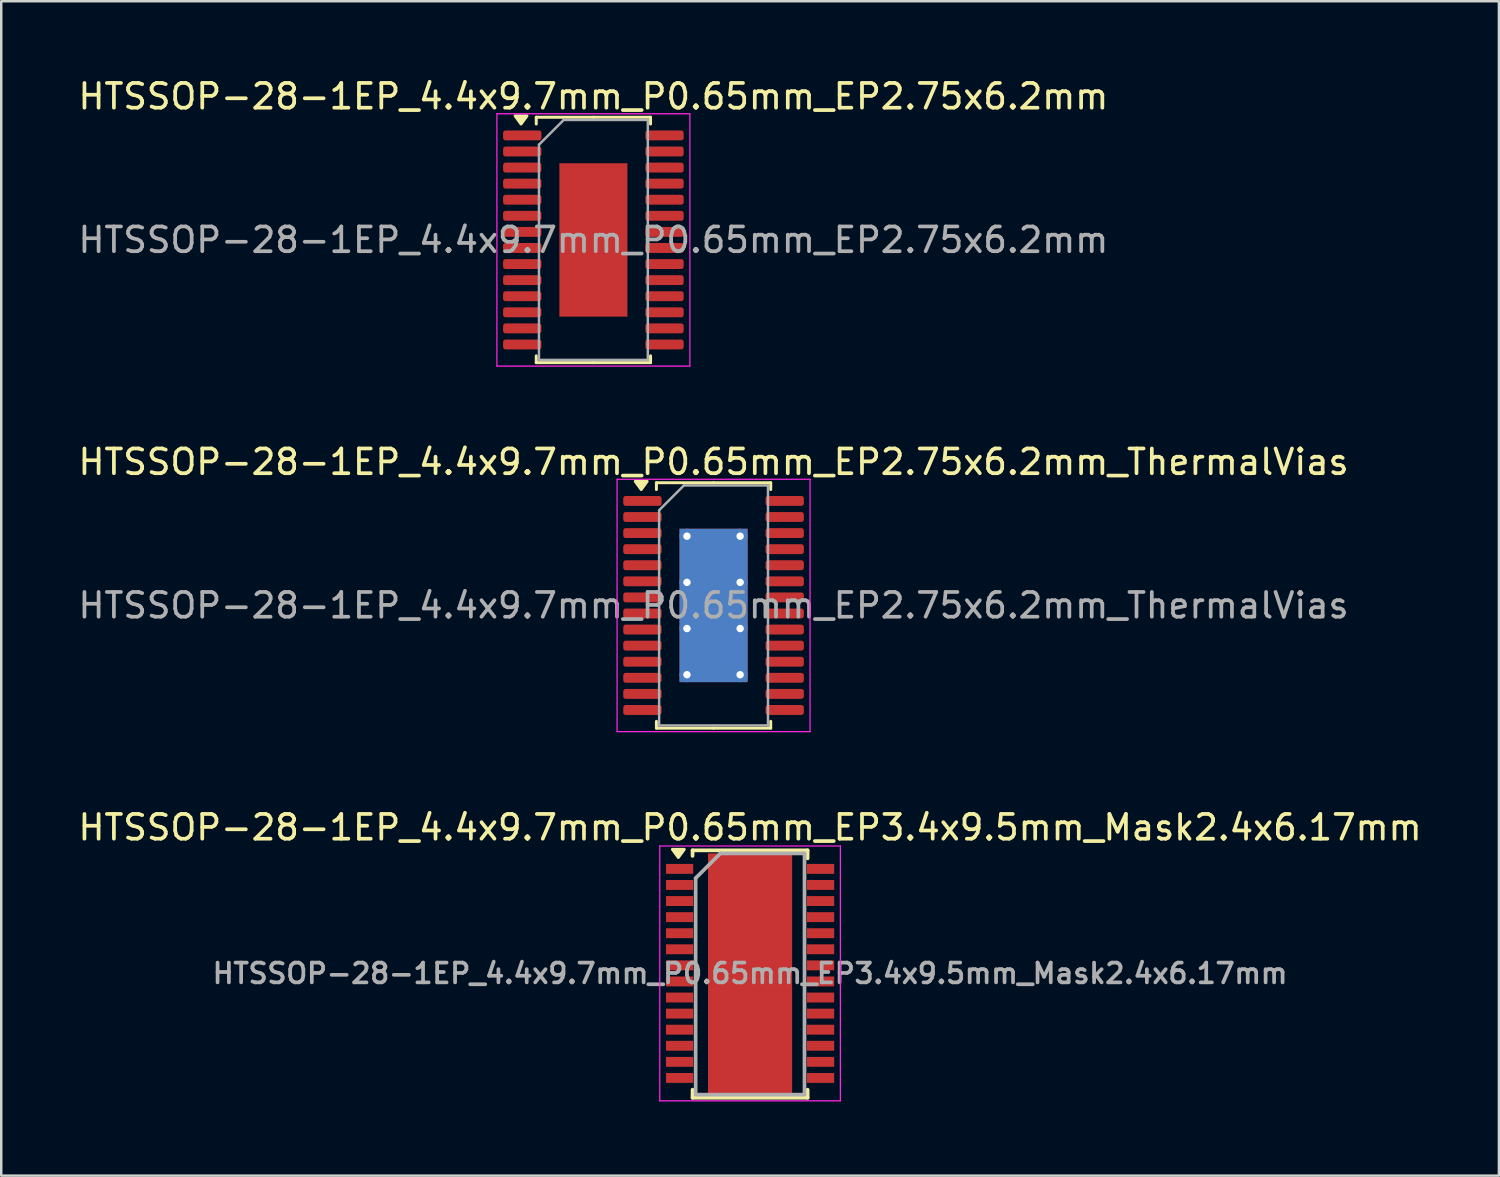
<source format=kicad_pcb>
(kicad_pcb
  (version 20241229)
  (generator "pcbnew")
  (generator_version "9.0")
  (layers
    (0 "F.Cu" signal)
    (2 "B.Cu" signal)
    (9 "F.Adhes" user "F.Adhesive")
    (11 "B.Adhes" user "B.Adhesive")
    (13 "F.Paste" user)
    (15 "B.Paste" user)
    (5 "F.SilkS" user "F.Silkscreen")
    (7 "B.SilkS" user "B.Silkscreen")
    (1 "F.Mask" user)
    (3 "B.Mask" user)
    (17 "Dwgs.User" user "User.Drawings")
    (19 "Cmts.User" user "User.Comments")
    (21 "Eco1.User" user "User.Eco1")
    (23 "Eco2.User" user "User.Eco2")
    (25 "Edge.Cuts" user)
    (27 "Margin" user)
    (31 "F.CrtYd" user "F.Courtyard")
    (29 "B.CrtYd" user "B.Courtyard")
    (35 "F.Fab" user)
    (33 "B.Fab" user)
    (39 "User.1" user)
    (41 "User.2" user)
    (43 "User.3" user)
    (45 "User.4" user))
  (footprint "HTSSOP-28-1EP_4.4x9.7mm_P0.65mm_EP2.75x6.2mm_ThermalVias"
    (layer "F.Cu")
    (at 25.792 21.422)
    (property "Reference" "HTSSOP-28-1EP_4.4x9.7mm_P0.65mm_EP2.75x6.2mm_ThermalVias" (at 0 -5.8 0) (layer "F.SilkS") (effects (font (size 1 1) (thickness 0.15))))
    (attr smd)
    (fp_line (start -2.31 -4.96) (end -2.31 -4.685) (stroke (width 0.12) (type solid)) (layer "F.SilkS"))
    (fp_line (start -2.31 4.96) (end -2.31 4.685) (stroke (width 0.12) (type solid)) (layer "F.SilkS"))
    (fp_line (start 0 -4.96) (end -2.31 -4.96) (stroke (width 0.12) (type solid)) (layer "F.SilkS"))
    (fp_line (start 0 -4.96) (end 2.31 -4.96) (stroke (width 0.12) (type solid)) (layer "F.SilkS"))
    (fp_line (start 0 4.96) (end -2.31 4.96) (stroke (width 0.12) (type solid)) (layer "F.SilkS"))
    (fp_line (start 0 4.96) (end 2.31 4.96) (stroke (width 0.12) (type solid)) (layer "F.SilkS"))
    (fp_line (start 2.31 -4.96) (end 2.31 -4.685) (stroke (width 0.12) (type solid)) (layer "F.SilkS"))
    (fp_line (start 2.31 4.96) (end 2.31 4.685) (stroke (width 0.12) (type solid)) (layer "F.SilkS"))
    (fp_poly (pts (xy -2.925 -4.685) (xy -3.165 -5.015) (xy -2.685 -5.015) (xy -2.925 -4.685)) (stroke (width 0.12) (type solid)) (fill yes) (layer "F.SilkS"))
    (fp_line (start -3.9 -5.1) (end -3.9 5.1) (stroke (width 0.05) (type solid)) (layer "F.CrtYd"))
    (fp_line (start -3.9 5.1) (end 3.9 5.1) (stroke (width 0.05) (type solid)) (layer "F.CrtYd"))
    (fp_line (start 3.9 -5.1) (end -3.9 -5.1) (stroke (width 0.05) (type solid)) (layer "F.CrtYd"))
    (fp_line (start 3.9 5.1) (end 3.9 -5.1) (stroke (width 0.05) (type solid)) (layer "F.CrtYd"))
    (fp_line (start -2.2 -3.85) (end -1.2 -4.85) (stroke (width 0.1) (type solid)) (layer "F.Fab"))
    (fp_line (start -2.2 4.85) (end -2.2 -3.85) (stroke (width 0.1) (type solid)) (layer "F.Fab"))
    (fp_line (start -1.2 -4.85) (end 2.2 -4.85) (stroke (width 0.1) (type solid)) (layer "F.Fab"))
    (fp_line (start 2.2 -4.85) (end 2.2 4.85) (stroke (width 0.1) (type solid)) (layer "F.Fab"))
    (fp_line (start 2.2 4.85) (end -2.2 4.85) (stroke (width 0.1) (type solid)) (layer "F.Fab"))
    (fp_text user "${REFERENCE}" (at 0 0 0) (layer "F.Fab") (effects (font (size 1 1) (thickness 0.15))))
    (pad "" smd roundrect (at 0 -2.07) (size 2.22 1.67) (layers "F.Paste") (roundrect_rratio 0.15))
    (pad "" smd roundrect (at 0 0) (size 2.22 1.67) (layers "F.Paste") (roundrect_rratio 0.15))
    (pad "" smd roundrect (at 0 2.07) (size 2.22 1.67) (layers "F.Paste") (roundrect_rratio 0.15))
    (pad "1" smd roundrect (at -2.875 -4.225) (size 1.55 0.4) (layers "F.Cu" "F.Mask" "F.Paste") (roundrect_rratio 0.25))
    (pad "2" smd roundrect (at -2.875 -3.575) (size 1.55 0.4) (layers "F.Cu" "F.Mask" "F.Paste") (roundrect_rratio 0.25))
    (pad "3" smd roundrect (at -2.875 -2.925) (size 1.55 0.4) (layers "F.Cu" "F.Mask" "F.Paste") (roundrect_rratio 0.25))
    (pad "4" smd roundrect (at -2.875 -2.275) (size 1.55 0.4) (layers "F.Cu" "F.Mask" "F.Paste") (roundrect_rratio 0.25))
    (pad "5" smd roundrect (at -2.875 -1.625) (size 1.55 0.4) (layers "F.Cu" "F.Mask" "F.Paste") (roundrect_rratio 0.25))
    (pad "6" smd roundrect (at -2.875 -0.975) (size 1.55 0.4) (layers "F.Cu" "F.Mask" "F.Paste") (roundrect_rratio 0.25))
    (pad "7" smd roundrect (at -2.875 -0.325) (size 1.55 0.4) (layers "F.Cu" "F.Mask" "F.Paste") (roundrect_rratio 0.25))
    (pad "8" smd roundrect (at -2.875 0.325) (size 1.55 0.4) (layers "F.Cu" "F.Mask" "F.Paste") (roundrect_rratio 0.25))
    (pad "9" smd roundrect (at -2.875 0.975) (size 1.55 0.4) (layers "F.Cu" "F.Mask" "F.Paste") (roundrect_rratio 0.25))
    (pad "10" smd roundrect (at -2.875 1.625) (size 1.55 0.4) (layers "F.Cu" "F.Mask" "F.Paste") (roundrect_rratio 0.25))
    (pad "11" smd roundrect (at -2.875 2.275) (size 1.55 0.4) (layers "F.Cu" "F.Mask" "F.Paste") (roundrect_rratio 0.25))
    (pad "12" smd roundrect (at -2.875 2.925) (size 1.55 0.4) (layers "F.Cu" "F.Mask" "F.Paste") (roundrect_rratio 0.25))
    (pad "13" smd roundrect (at -2.875 3.575) (size 1.55 0.4) (layers "F.Cu" "F.Mask" "F.Paste") (roundrect_rratio 0.25))
    (pad "14" smd roundrect (at -2.875 4.225) (size 1.55 0.4) (layers "F.Cu" "F.Mask" "F.Paste") (roundrect_rratio 0.25))
    (pad "15" smd roundrect (at 2.875 4.225) (size 1.55 0.4) (layers "F.Cu" "F.Mask" "F.Paste") (roundrect_rratio 0.25))
    (pad "16" smd roundrect (at 2.875 3.575) (size 1.55 0.4) (layers "F.Cu" "F.Mask" "F.Paste") (roundrect_rratio 0.25))
    (pad "17" smd roundrect (at 2.875 2.925) (size 1.55 0.4) (layers "F.Cu" "F.Mask" "F.Paste") (roundrect_rratio 0.25))
    (pad "18" smd roundrect (at 2.875 2.275) (size 1.55 0.4) (layers "F.Cu" "F.Mask" "F.Paste") (roundrect_rratio 0.25))
    (pad "19" smd roundrect (at 2.875 1.625) (size 1.55 0.4) (layers "F.Cu" "F.Mask" "F.Paste") (roundrect_rratio 0.25))
    (pad "20" smd roundrect (at 2.875 0.975) (size 1.55 0.4) (layers "F.Cu" "F.Mask" "F.Paste") (roundrect_rratio 0.25))
    (pad "21" smd roundrect (at 2.875 0.325) (size 1.55 0.4) (layers "F.Cu" "F.Mask" "F.Paste") (roundrect_rratio 0.25))
    (pad "22" smd roundrect (at 2.875 -0.325) (size 1.55 0.4) (layers "F.Cu" "F.Mask" "F.Paste") (roundrect_rratio 0.25))
    (pad "23" smd roundrect (at 2.875 -0.975) (size 1.55 0.4) (layers "F.Cu" "F.Mask" "F.Paste") (roundrect_rratio 0.25))
    (pad "24" smd roundrect (at 2.875 -1.625) (size 1.55 0.4) (layers "F.Cu" "F.Mask" "F.Paste") (roundrect_rratio 0.25))
    (pad "25" smd roundrect (at 2.875 -2.275) (size 1.55 0.4) (layers "F.Cu" "F.Mask" "F.Paste") (roundrect_rratio 0.25))
    (pad "26" smd roundrect (at 2.875 -2.925) (size 1.55 0.4) (layers "F.Cu" "F.Mask" "F.Paste") (roundrect_rratio 0.25))
    (pad "27" smd roundrect (at 2.875 -3.575) (size 1.55 0.4) (layers "F.Cu" "F.Mask" "F.Paste") (roundrect_rratio 0.25))
    (pad "28" smd roundrect (at 2.875 -4.225) (size 1.55 0.4) (layers "F.Cu" "F.Mask" "F.Paste") (roundrect_rratio 0.25))
    (pad "29" thru_hole circle (at -1.075 -2.8) (size 0.6 0.6) (drill 0.3) (property pad_prop_heatsink) (layers "*.Cu"))
    (pad "29" thru_hole circle (at -1.075 -0.933) (size 0.6 0.6) (drill 0.3) (property pad_prop_heatsink) (layers "*.Cu"))
    (pad "29" thru_hole circle (at -1.075 0.933) (size 0.6 0.6) (drill 0.3) (property pad_prop_heatsink) (layers "*.Cu"))
    (pad "29" thru_hole circle (at -1.075 2.8) (size 0.6 0.6) (drill 0.3) (property pad_prop_heatsink) (layers "*.Cu"))
    (pad "29" smd rect (at 0 0) (size 2.75 6.2) (property pad_prop_heatsink) (layers "F.Cu" "F.Mask"))
    (pad "29" smd rect (at 0 0) (size 2.75 6.2) (property pad_prop_heatsink) (layers "B.Cu"))
    (pad "29" thru_hole circle (at 1.075 -2.8) (size 0.6 0.6) (drill 0.3) (property pad_prop_heatsink) (layers "*.Cu"))
    (pad "29" thru_hole circle (at 1.075 -0.933) (size 0.6 0.6) (drill 0.3) (property pad_prop_heatsink) (layers "*.Cu"))
    (pad "29" thru_hole circle (at 1.075 0.933) (size 0.6 0.6) (drill 0.3) (property pad_prop_heatsink) (layers "*.Cu"))
    (pad "29" thru_hole circle (at 1.075 2.8) (size 0.6 0.6) (drill 0.3) (property pad_prop_heatsink) (layers "*.Cu")))
  (footprint "HTSSOP-28-1EP_4.4x9.7mm_P0.65mm_EP2.75x6.2mm"
    (layer "F.Cu")
    (at 20.935 6.648)
    (property "Reference" "HTSSOP-28-1EP_4.4x9.7mm_P0.65mm_EP2.75x6.2mm" (at 0 -5.8 0) (layer "F.SilkS") (effects (font (size 1 1) (thickness 0.15))))
    (attr smd)
    (fp_line (start -2.31 -4.96) (end -2.31 -4.685) (stroke (width 0.12) (type solid)) (layer "F.SilkS"))
    (fp_line (start -2.31 4.96) (end -2.31 4.685) (stroke (width 0.12) (type solid)) (layer "F.SilkS"))
    (fp_line (start 0 -4.96) (end -2.31 -4.96) (stroke (width 0.12) (type solid)) (layer "F.SilkS"))
    (fp_line (start 0 -4.96) (end 2.31 -4.96) (stroke (width 0.12) (type solid)) (layer "F.SilkS"))
    (fp_line (start 0 4.96) (end -2.31 4.96) (stroke (width 0.12) (type solid)) (layer "F.SilkS"))
    (fp_line (start 0 4.96) (end 2.31 4.96) (stroke (width 0.12) (type solid)) (layer "F.SilkS"))
    (fp_line (start 2.31 -4.96) (end 2.31 -4.685) (stroke (width 0.12) (type solid)) (layer "F.SilkS"))
    (fp_line (start 2.31 4.96) (end 2.31 4.685) (stroke (width 0.12) (type solid)) (layer "F.SilkS"))
    (fp_poly (pts (xy -2.925 -4.685) (xy -3.165 -5.015) (xy -2.685 -5.015) (xy -2.925 -4.685)) (stroke (width 0.12) (type solid)) (fill yes) (layer "F.SilkS"))
    (fp_line (start -3.9 -5.1) (end -3.9 5.1) (stroke (width 0.05) (type solid)) (layer "F.CrtYd"))
    (fp_line (start -3.9 5.1) (end 3.9 5.1) (stroke (width 0.05) (type solid)) (layer "F.CrtYd"))
    (fp_line (start 3.9 -5.1) (end -3.9 -5.1) (stroke (width 0.05) (type solid)) (layer "F.CrtYd"))
    (fp_line (start 3.9 5.1) (end 3.9 -5.1) (stroke (width 0.05) (type solid)) (layer "F.CrtYd"))
    (fp_line (start -2.2 -3.85) (end -1.2 -4.85) (stroke (width 0.1) (type solid)) (layer "F.Fab"))
    (fp_line (start -2.2 4.85) (end -2.2 -3.85) (stroke (width 0.1) (type solid)) (layer "F.Fab"))
    (fp_line (start -1.2 -4.85) (end 2.2 -4.85) (stroke (width 0.1) (type solid)) (layer "F.Fab"))
    (fp_line (start 2.2 -4.85) (end 2.2 4.85) (stroke (width 0.1) (type solid)) (layer "F.Fab"))
    (fp_line (start 2.2 4.85) (end -2.2 4.85) (stroke (width 0.1) (type solid)) (layer "F.Fab"))
    (fp_text user "${REFERENCE}" (at 0 0 0) (layer "F.Fab") (effects (font (size 1 1) (thickness 0.15))))
    (pad "" smd roundrect (at 0 0) (size 2.22 5) (layers "F.Paste") (roundrect_rratio 0.113))
    (pad "1" smd roundrect (at -2.875 -4.225) (size 1.55 0.4) (layers "F.Cu" "F.Mask" "F.Paste") (roundrect_rratio 0.25))
    (pad "2" smd roundrect (at -2.875 -3.575) (size 1.55 0.4) (layers "F.Cu" "F.Mask" "F.Paste") (roundrect_rratio 0.25))
    (pad "3" smd roundrect (at -2.875 -2.925) (size 1.55 0.4) (layers "F.Cu" "F.Mask" "F.Paste") (roundrect_rratio 0.25))
    (pad "4" smd roundrect (at -2.875 -2.275) (size 1.55 0.4) (layers "F.Cu" "F.Mask" "F.Paste") (roundrect_rratio 0.25))
    (pad "5" smd roundrect (at -2.875 -1.625) (size 1.55 0.4) (layers "F.Cu" "F.Mask" "F.Paste") (roundrect_rratio 0.25))
    (pad "6" smd roundrect (at -2.875 -0.975) (size 1.55 0.4) (layers "F.Cu" "F.Mask" "F.Paste") (roundrect_rratio 0.25))
    (pad "7" smd roundrect (at -2.875 -0.325) (size 1.55 0.4) (layers "F.Cu" "F.Mask" "F.Paste") (roundrect_rratio 0.25))
    (pad "8" smd roundrect (at -2.875 0.325) (size 1.55 0.4) (layers "F.Cu" "F.Mask" "F.Paste") (roundrect_rratio 0.25))
    (pad "9" smd roundrect (at -2.875 0.975) (size 1.55 0.4) (layers "F.Cu" "F.Mask" "F.Paste") (roundrect_rratio 0.25))
    (pad "10" smd roundrect (at -2.875 1.625) (size 1.55 0.4) (layers "F.Cu" "F.Mask" "F.Paste") (roundrect_rratio 0.25))
    (pad "11" smd roundrect (at -2.875 2.275) (size 1.55 0.4) (layers "F.Cu" "F.Mask" "F.Paste") (roundrect_rratio 0.25))
    (pad "12" smd roundrect (at -2.875 2.925) (size 1.55 0.4) (layers "F.Cu" "F.Mask" "F.Paste") (roundrect_rratio 0.25))
    (pad "13" smd roundrect (at -2.875 3.575) (size 1.55 0.4) (layers "F.Cu" "F.Mask" "F.Paste") (roundrect_rratio 0.25))
    (pad "14" smd roundrect (at -2.875 4.225) (size 1.55 0.4) (layers "F.Cu" "F.Mask" "F.Paste") (roundrect_rratio 0.25))
    (pad "15" smd roundrect (at 2.875 4.225) (size 1.55 0.4) (layers "F.Cu" "F.Mask" "F.Paste") (roundrect_rratio 0.25))
    (pad "16" smd roundrect (at 2.875 3.575) (size 1.55 0.4) (layers "F.Cu" "F.Mask" "F.Paste") (roundrect_rratio 0.25))
    (pad "17" smd roundrect (at 2.875 2.925) (size 1.55 0.4) (layers "F.Cu" "F.Mask" "F.Paste") (roundrect_rratio 0.25))
    (pad "18" smd roundrect (at 2.875 2.275) (size 1.55 0.4) (layers "F.Cu" "F.Mask" "F.Paste") (roundrect_rratio 0.25))
    (pad "19" smd roundrect (at 2.875 1.625) (size 1.55 0.4) (layers "F.Cu" "F.Mask" "F.Paste") (roundrect_rratio 0.25))
    (pad "20" smd roundrect (at 2.875 0.975) (size 1.55 0.4) (layers "F.Cu" "F.Mask" "F.Paste") (roundrect_rratio 0.25))
    (pad "21" smd roundrect (at 2.875 0.325) (size 1.55 0.4) (layers "F.Cu" "F.Mask" "F.Paste") (roundrect_rratio 0.25))
    (pad "22" smd roundrect (at 2.875 -0.325) (size 1.55 0.4) (layers "F.Cu" "F.Mask" "F.Paste") (roundrect_rratio 0.25))
    (pad "23" smd roundrect (at 2.875 -0.975) (size 1.55 0.4) (layers "F.Cu" "F.Mask" "F.Paste") (roundrect_rratio 0.25))
    (pad "24" smd roundrect (at 2.875 -1.625) (size 1.55 0.4) (layers "F.Cu" "F.Mask" "F.Paste") (roundrect_rratio 0.25))
    (pad "25" smd roundrect (at 2.875 -2.275) (size 1.55 0.4) (layers "F.Cu" "F.Mask" "F.Paste") (roundrect_rratio 0.25))
    (pad "26" smd roundrect (at 2.875 -2.925) (size 1.55 0.4) (layers "F.Cu" "F.Mask" "F.Paste") (roundrect_rratio 0.25))
    (pad "27" smd roundrect (at 2.875 -3.575) (size 1.55 0.4) (layers "F.Cu" "F.Mask" "F.Paste") (roundrect_rratio 0.25))
    (pad "28" smd roundrect (at 2.875 -4.225) (size 1.55 0.4) (layers "F.Cu" "F.Mask" "F.Paste") (roundrect_rratio 0.25))
    (pad "29" smd rect (at 0 0) (size 2.75 6.2) (property pad_prop_heatsink) (layers "F.Cu" "F.Mask")))
  (footprint "HTSSOP-28-1EP_4.4x9.7mm_P0.65mm_EP3.4x9.5mm_Mask2.4x6.17mm"
    (layer "F.Cu")
    (at 27.268 36.295)
    (property "Reference" "HTSSOP-28-1EP_4.4x9.7mm_P0.65mm_EP3.4x9.5mm_Mask2.4x6.17mm" (at 0 -5.9 0) (layer "F.SilkS") (effects (font (size 1 1) (thickness 0.15))))
    (attr smd)
    (fp_line (start -2.325 -4.975) (end -2.325 -4.75) (stroke (width 0.15) (type solid)) (layer "F.SilkS"))
    (fp_line (start -2.325 -4.975) (end 2.325 -4.975) (stroke (width 0.15) (type solid)) (layer "F.SilkS"))
    (fp_line (start -2.325 5.026) (end -2.325 4.701) (stroke (width 0.15) (type solid)) (layer "F.SilkS"))
    (fp_line (start -2.325 5.026) (end 2.325 5.026) (stroke (width 0.15) (type solid)) (layer "F.SilkS"))
    (fp_line (start 2.325 -4.975) (end 2.325 -4.65) (stroke (width 0.15) (type solid)) (layer "F.SilkS"))
    (fp_line (start 2.325 5.026) (end 2.325 4.701) (stroke (width 0.15) (type solid)) (layer "F.SilkS"))
    (fp_poly (pts (xy -2.9 -4.685) (xy -3.14 -5.015) (xy -2.66 -5.015) (xy -2.9 -4.685)) (stroke (width 0.12) (type solid)) (fill yes) (layer "F.SilkS"))
    (fp_line (start -3.65 -5.15) (end -3.65 5.15) (stroke (width 0.05) (type solid)) (layer "F.CrtYd"))
    (fp_line (start -3.65 -5.15) (end 3.65 -5.15) (stroke (width 0.05) (type solid)) (layer "F.CrtYd"))
    (fp_line (start -3.65 5.15) (end 3.65 5.15) (stroke (width 0.05) (type solid)) (layer "F.CrtYd"))
    (fp_line (start 3.65 -5.15) (end 3.65 5.15) (stroke (width 0.05) (type solid)) (layer "F.CrtYd"))
    (fp_line (start -2.2 -3.85) (end -1.2 -4.85) (stroke (width 0.15) (type solid)) (layer "F.Fab"))
    (fp_line (start -2.2 4.85) (end -2.2 -3.85) (stroke (width 0.15) (type solid)) (layer "F.Fab"))
    (fp_line (start -1.2 -4.85) (end 2.2 -4.85) (stroke (width 0.15) (type solid)) (layer "F.Fab"))
    (fp_line (start 2.2 -4.85) (end 2.2 4.85) (stroke (width 0.15) (type solid)) (layer "F.Fab"))
    (fp_line (start 2.2 4.901) (end -2.2 4.901) (stroke (width 0.15) (type solid)) (layer "F.Fab"))
    (fp_text user "${REFERENCE}" (at 0 0 0) (layer "F.Fab") (effects (font (size 0.8 0.8) (thickness 0.15))))
    (pad "" smd rect (at -0.6 -2.468) (size 0.9 0.93) (layers "F.Paste"))
    (pad "" smd rect (at -0.6 -1.234) (size 0.9 0.93) (layers "F.Paste"))
    (pad "" smd rect (at -0.6 0) (size 0.9 0.93) (layers "F.Paste"))
    (pad "" smd rect (at -0.6 1.234) (size 0.9 0.93) (layers "F.Paste"))
    (pad "" smd rect (at -0.6 2.468) (size 0.9 0.93) (layers "F.Paste"))
    (pad "" smd rect (at 0 0) (size 2.4 6.17) (layers "F.Mask"))
    (pad "" smd rect (at 0.6 -2.468) (size 0.9 0.93) (layers "F.Paste"))
    (pad "" smd rect (at 0.6 -1.234) (size 0.9 0.93) (layers "F.Paste"))
    (pad "" smd rect (at 0.6 0) (size 0.9 0.93) (layers "F.Paste"))
    (pad "" smd rect (at 0.6 1.234) (size 0.9 0.93) (layers "F.Paste"))
    (pad "" smd rect (at 0.6 2.468) (size 0.9 0.93) (layers "F.Paste"))
    (pad "1" smd rect (at -2.85 -4.225) (size 1.1 0.4) (layers "F.Cu" "F.Mask" "F.Paste"))
    (pad "2" smd rect (at -2.85 -3.575) (size 1.1 0.4) (layers "F.Cu" "F.Mask" "F.Paste"))
    (pad "3" smd rect (at -2.85 -2.925) (size 1.1 0.4) (layers "F.Cu" "F.Mask" "F.Paste"))
    (pad "4" smd rect (at -2.85 -2.275) (size 1.1 0.4) (layers "F.Cu" "F.Mask" "F.Paste"))
    (pad "5" smd rect (at -2.85 -1.625) (size 1.1 0.4) (layers "F.Cu" "F.Mask" "F.Paste"))
    (pad "6" smd rect (at -2.85 -0.975) (size 1.1 0.4) (layers "F.Cu" "F.Mask" "F.Paste"))
    (pad "7" smd rect (at -2.85 -0.325) (size 1.1 0.4) (layers "F.Cu" "F.Mask" "F.Paste"))
    (pad "8" smd rect (at -2.85 0.325) (size 1.1 0.4) (layers "F.Cu" "F.Mask" "F.Paste"))
    (pad "9" smd rect (at -2.85 0.975) (size 1.1 0.4) (layers "F.Cu" "F.Mask" "F.Paste"))
    (pad "10" smd rect (at -2.85 1.625) (size 1.1 0.4) (layers "F.Cu" "F.Mask" "F.Paste"))
    (pad "11" smd rect (at -2.85 2.275) (size 1.1 0.4) (layers "F.Cu" "F.Mask" "F.Paste"))
    (pad "12" smd rect (at -2.85 2.925) (size 1.1 0.4) (layers "F.Cu" "F.Mask" "F.Paste"))
    (pad "13" smd rect (at -2.85 3.575) (size 1.1 0.4) (layers "F.Cu" "F.Mask" "F.Paste"))
    (pad "14" smd rect (at -2.85 4.225) (size 1.1 0.4) (layers "F.Cu" "F.Mask" "F.Paste"))
    (pad "15" smd rect (at 2.85 4.225) (size 1.1 0.4) (layers "F.Cu" "F.Mask" "F.Paste"))
    (pad "16" smd rect (at 2.85 3.575) (size 1.1 0.4) (layers "F.Cu" "F.Mask" "F.Paste"))
    (pad "17" smd rect (at 2.85 2.925) (size 1.1 0.4) (layers "F.Cu" "F.Mask" "F.Paste"))
    (pad "18" smd rect (at 2.85 2.275) (size 1.1 0.4) (layers "F.Cu" "F.Mask" "F.Paste"))
    (pad "19" smd rect (at 2.85 1.625) (size 1.1 0.4) (layers "F.Cu" "F.Mask" "F.Paste"))
    (pad "20" smd rect (at 2.85 0.975) (size 1.1 0.4) (layers "F.Cu" "F.Mask" "F.Paste"))
    (pad "21" smd rect (at 2.85 0.325) (size 1.1 0.4) (layers "F.Cu" "F.Mask" "F.Paste"))
    (pad "22" smd rect (at 2.85 -0.325) (size 1.1 0.4) (layers "F.Cu" "F.Mask" "F.Paste"))
    (pad "23" smd rect (at 2.85 -0.975) (size 1.1 0.4) (layers "F.Cu" "F.Mask" "F.Paste"))
    (pad "24" smd rect (at 2.85 -1.625) (size 1.1 0.4) (layers "F.Cu" "F.Mask" "F.Paste"))
    (pad "25" smd rect (at 2.85 -2.275) (size 1.1 0.4) (layers "F.Cu" "F.Mask" "F.Paste"))
    (pad "26" smd rect (at 2.85 -2.925) (size 1.1 0.4) (layers "F.Cu" "F.Mask" "F.Paste"))
    (pad "27" smd rect (at 2.85 -3.575) (size 1.1 0.4) (layers "F.Cu" "F.Mask" "F.Paste"))
    (pad "28" smd rect (at 2.85 -4.225) (size 1.1 0.4) (layers "F.Cu" "F.Mask" "F.Paste"))
    (pad "29" smd rect (at 0 0) (size 3.4 9.7) (layers "F.Cu")))
  (gr_rect
    (start -3 -3)
    (end 57.536 44.47)
    (stroke (width 0.1) (type default))
    (fill no)
    (layer "Edge.Cuts")))
</source>
